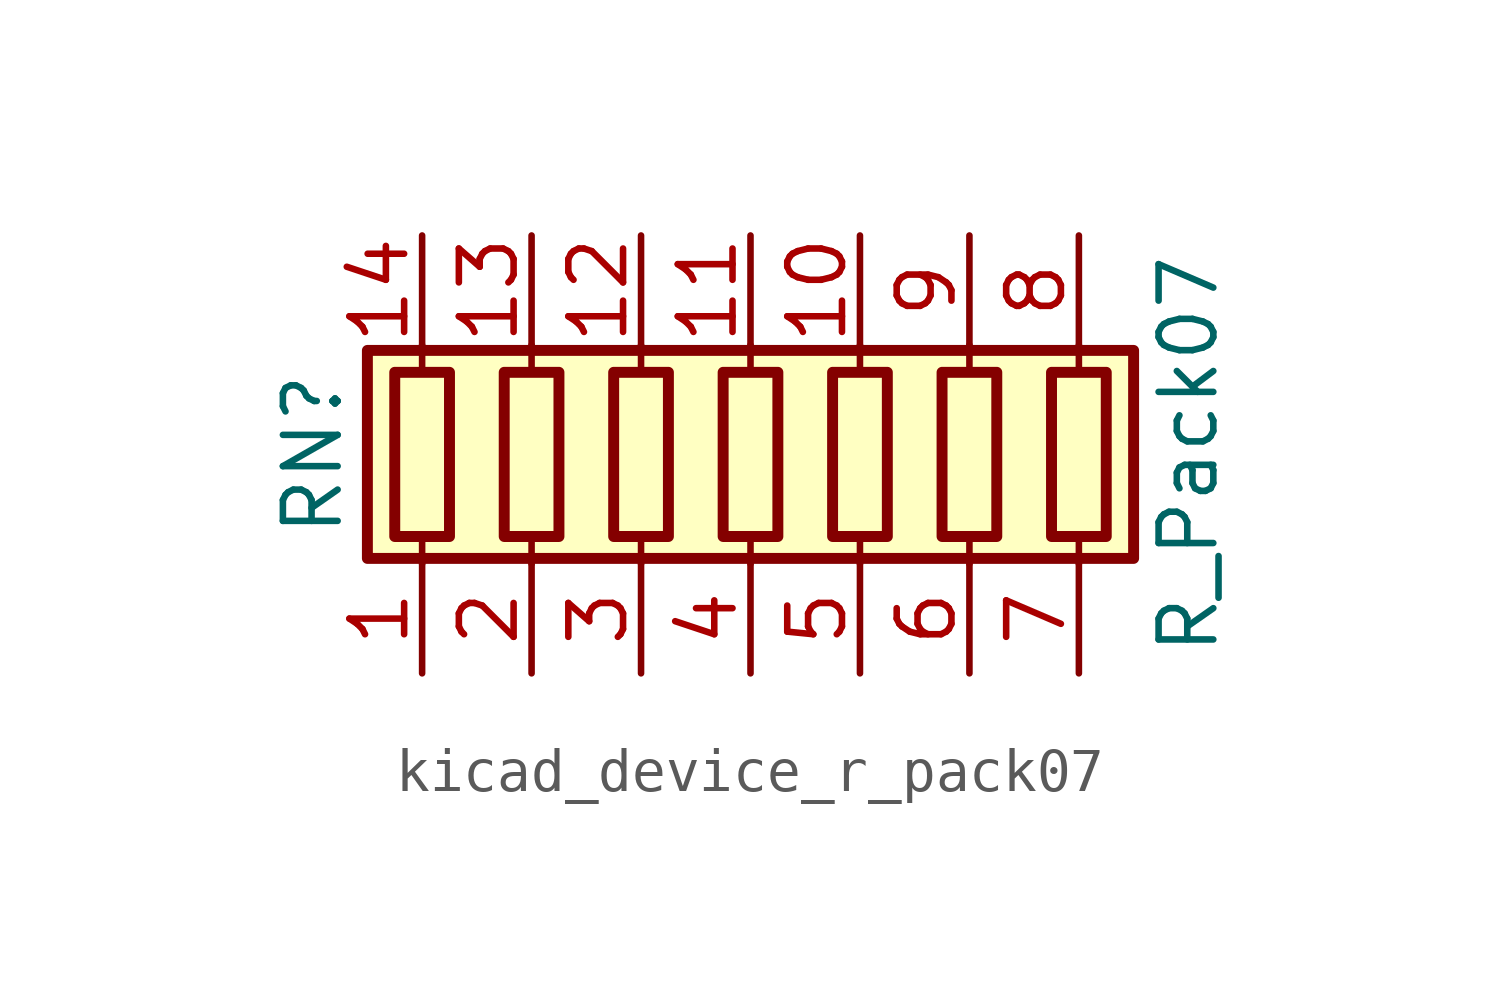
<source format=kicad_sym>
(kicad_symbol_lib
  (version 20220914)
  (generator kicad_symbol_editor)
  (symbol "kicad_device_r_pack07"
    (pin_names
      (offset 0) hide)
    (property "Reference" "RN"
      (at -10.16 0 90)
      (effects (font (size 1.27 1.27))))
    (property "Value" "R_Pack07"
      (at 10.16 0 90)
      (effects (font (size 1.27 1.27))))
    (symbol "kicad_device_r_pack07_0_1"
      (rectangle (start -8.89 -2.413) (end 8.89 2.413) (stroke (width 0.254) (type default)) (fill (type background)))
      (rectangle (start -8.255 1.905) (end -6.985 -1.905) (stroke (width 0.254) (type default)) (fill (type none)))
      (rectangle (start -5.715 1.905) (end -4.445 -1.905) (stroke (width 0.254) (type default)) (fill (type none)))
      (rectangle (start -3.175 1.905) (end -1.905 -1.905) (stroke (width 0.254) (type default)) (fill (type none)))
      (rectangle (start -0.635 1.905) (end 0.635 -1.905) (stroke (width 0.254) (type default)) (fill (type none)))
      (polyline (pts (xy -7.62 -2.54) (xy -7.62 -1.905)) (stroke (width 0) (type default)) (fill (type none)))
      (polyline (pts (xy -7.62 1.905) (xy -7.62 2.54)) (stroke (width 0) (type default)) (fill (type none)))
      (polyline (pts (xy -5.08 -2.54) (xy -5.08 -1.905)) (stroke (width 0) (type default)) (fill (type none)))
      (polyline (pts (xy -5.08 1.905) (xy -5.08 2.54)) (stroke (width 0) (type default)) (fill (type none)))
      (polyline (pts (xy -2.54 -2.54) (xy -2.54 -1.905)) (stroke (width 0) (type default)) (fill (type none)))
      (polyline (pts (xy -2.54 1.905) (xy -2.54 2.54)) (stroke (width 0) (type default)) (fill (type none)))
      (polyline (pts (xy 0 -2.54) (xy 0 -1.905)) (stroke (width 0) (type default)) (fill (type none)))
      (polyline (pts (xy 0 1.905) (xy 0 2.54)) (stroke (width 0) (type default)) (fill (type none)))
      (polyline (pts (xy 2.54 -2.54) (xy 2.54 -1.905)) (stroke (width 0) (type default)) (fill (type none)))
      (polyline (pts (xy 2.54 1.905) (xy 2.54 2.54)) (stroke (width 0) (type default)) (fill (type none)))
      (polyline (pts (xy 5.08 -2.54) (xy 5.08 -1.905)) (stroke (width 0) (type default)) (fill (type none)))
      (polyline (pts (xy 5.08 1.905) (xy 5.08 2.54)) (stroke (width 0) (type default)) (fill (type none)))
      (polyline (pts (xy 7.62 -2.54) (xy 7.62 -1.905)) (stroke (width 0) (type default)) (fill (type none)))
      (polyline (pts (xy 7.62 1.905) (xy 7.62 2.54)) (stroke (width 0) (type default)) (fill (type none)))
      (rectangle (start 1.905 1.905) (end 3.175 -1.905) (stroke (width 0.254) (type default)) (fill (type none)))
      (rectangle (start 4.445 1.905) (end 5.715 -1.905) (stroke (width 0.254) (type default)) (fill (type none)))
      (rectangle (start 6.985 1.905) (end 8.255 -1.905) (stroke (width 0.254) (type default)) (fill (type none))))
    (symbol "kicad_device_r_pack07_1_1"
      (pin passive line (at -7.62 -5.08 90) (length 2.54) (name "R1.1" (effects (font (size 1.27 1.27)))) (number "1" (effects (font (size 1.27 1.27)))))
      (pin passive line (at 2.54 5.08 270) (length 2.54) (name "R5.2" (effects (font (size 1.27 1.27)))) (number "10" (effects (font (size 1.27 1.27)))))
      (pin passive line (at 0 5.08 270) (length 2.54) (name "R4.2" (effects (font (size 1.27 1.27)))) (number "11" (effects (font (size 1.27 1.27)))))
      (pin passive line (at -2.54 5.08 270) (length 2.54) (name "R3.2" (effects (font (size 1.27 1.27)))) (number "12" (effects (font (size 1.27 1.27)))))
      (pin passive line (at -5.08 5.08 270) (length 2.54) (name "R2.2" (effects (font (size 1.27 1.27)))) (number "13" (effects (font (size 1.27 1.27)))))
      (pin passive line (at -7.62 5.08 270) (length 2.54) (name "R1.2" (effects (font (size 1.27 1.27)))) (number "14" (effects (font (size 1.27 1.27)))))
      (pin passive line (at -5.08 -5.08 90) (length 2.54) (name "R2.1" (effects (font (size 1.27 1.27)))) (number "2" (effects (font (size 1.27 1.27)))))
      (pin passive line (at -2.54 -5.08 90) (length 2.54) (name "R3.1" (effects (font (size 1.27 1.27)))) (number "3" (effects (font (size 1.27 1.27)))))
      (pin passive line (at 0 -5.08 90) (length 2.54) (name "R4.1" (effects (font (size 1.27 1.27)))) (number "4" (effects (font (size 1.27 1.27)))))
      (pin passive line (at 2.54 -5.08 90) (length 2.54) (name "R5.1" (effects (font (size 1.27 1.27)))) (number "5" (effects (font (size 1.27 1.27)))))
      (pin passive line (at 5.08 -5.08 90) (length 2.54) (name "R6.1" (effects (font (size 1.27 1.27)))) (number "6" (effects (font (size 1.27 1.27)))))
      (pin passive line (at 7.62 -5.08 90) (length 2.54) (name "R7.1" (effects (font (size 1.27 1.27)))) (number "7" (effects (font (size 1.27 1.27)))))
      (pin passive line (at 7.62 5.08 270) (length 2.54) (name "R7.2" (effects (font (size 1.27 1.27)))) (number "8" (effects (font (size 1.27 1.27)))))
      (pin passive line (at 5.08 5.08 270) (length 2.54) (name "R6.2" (effects (font (size 1.27 1.27)))) (number "9" (effects (font (size 1.27 1.27))))))))
</source>
